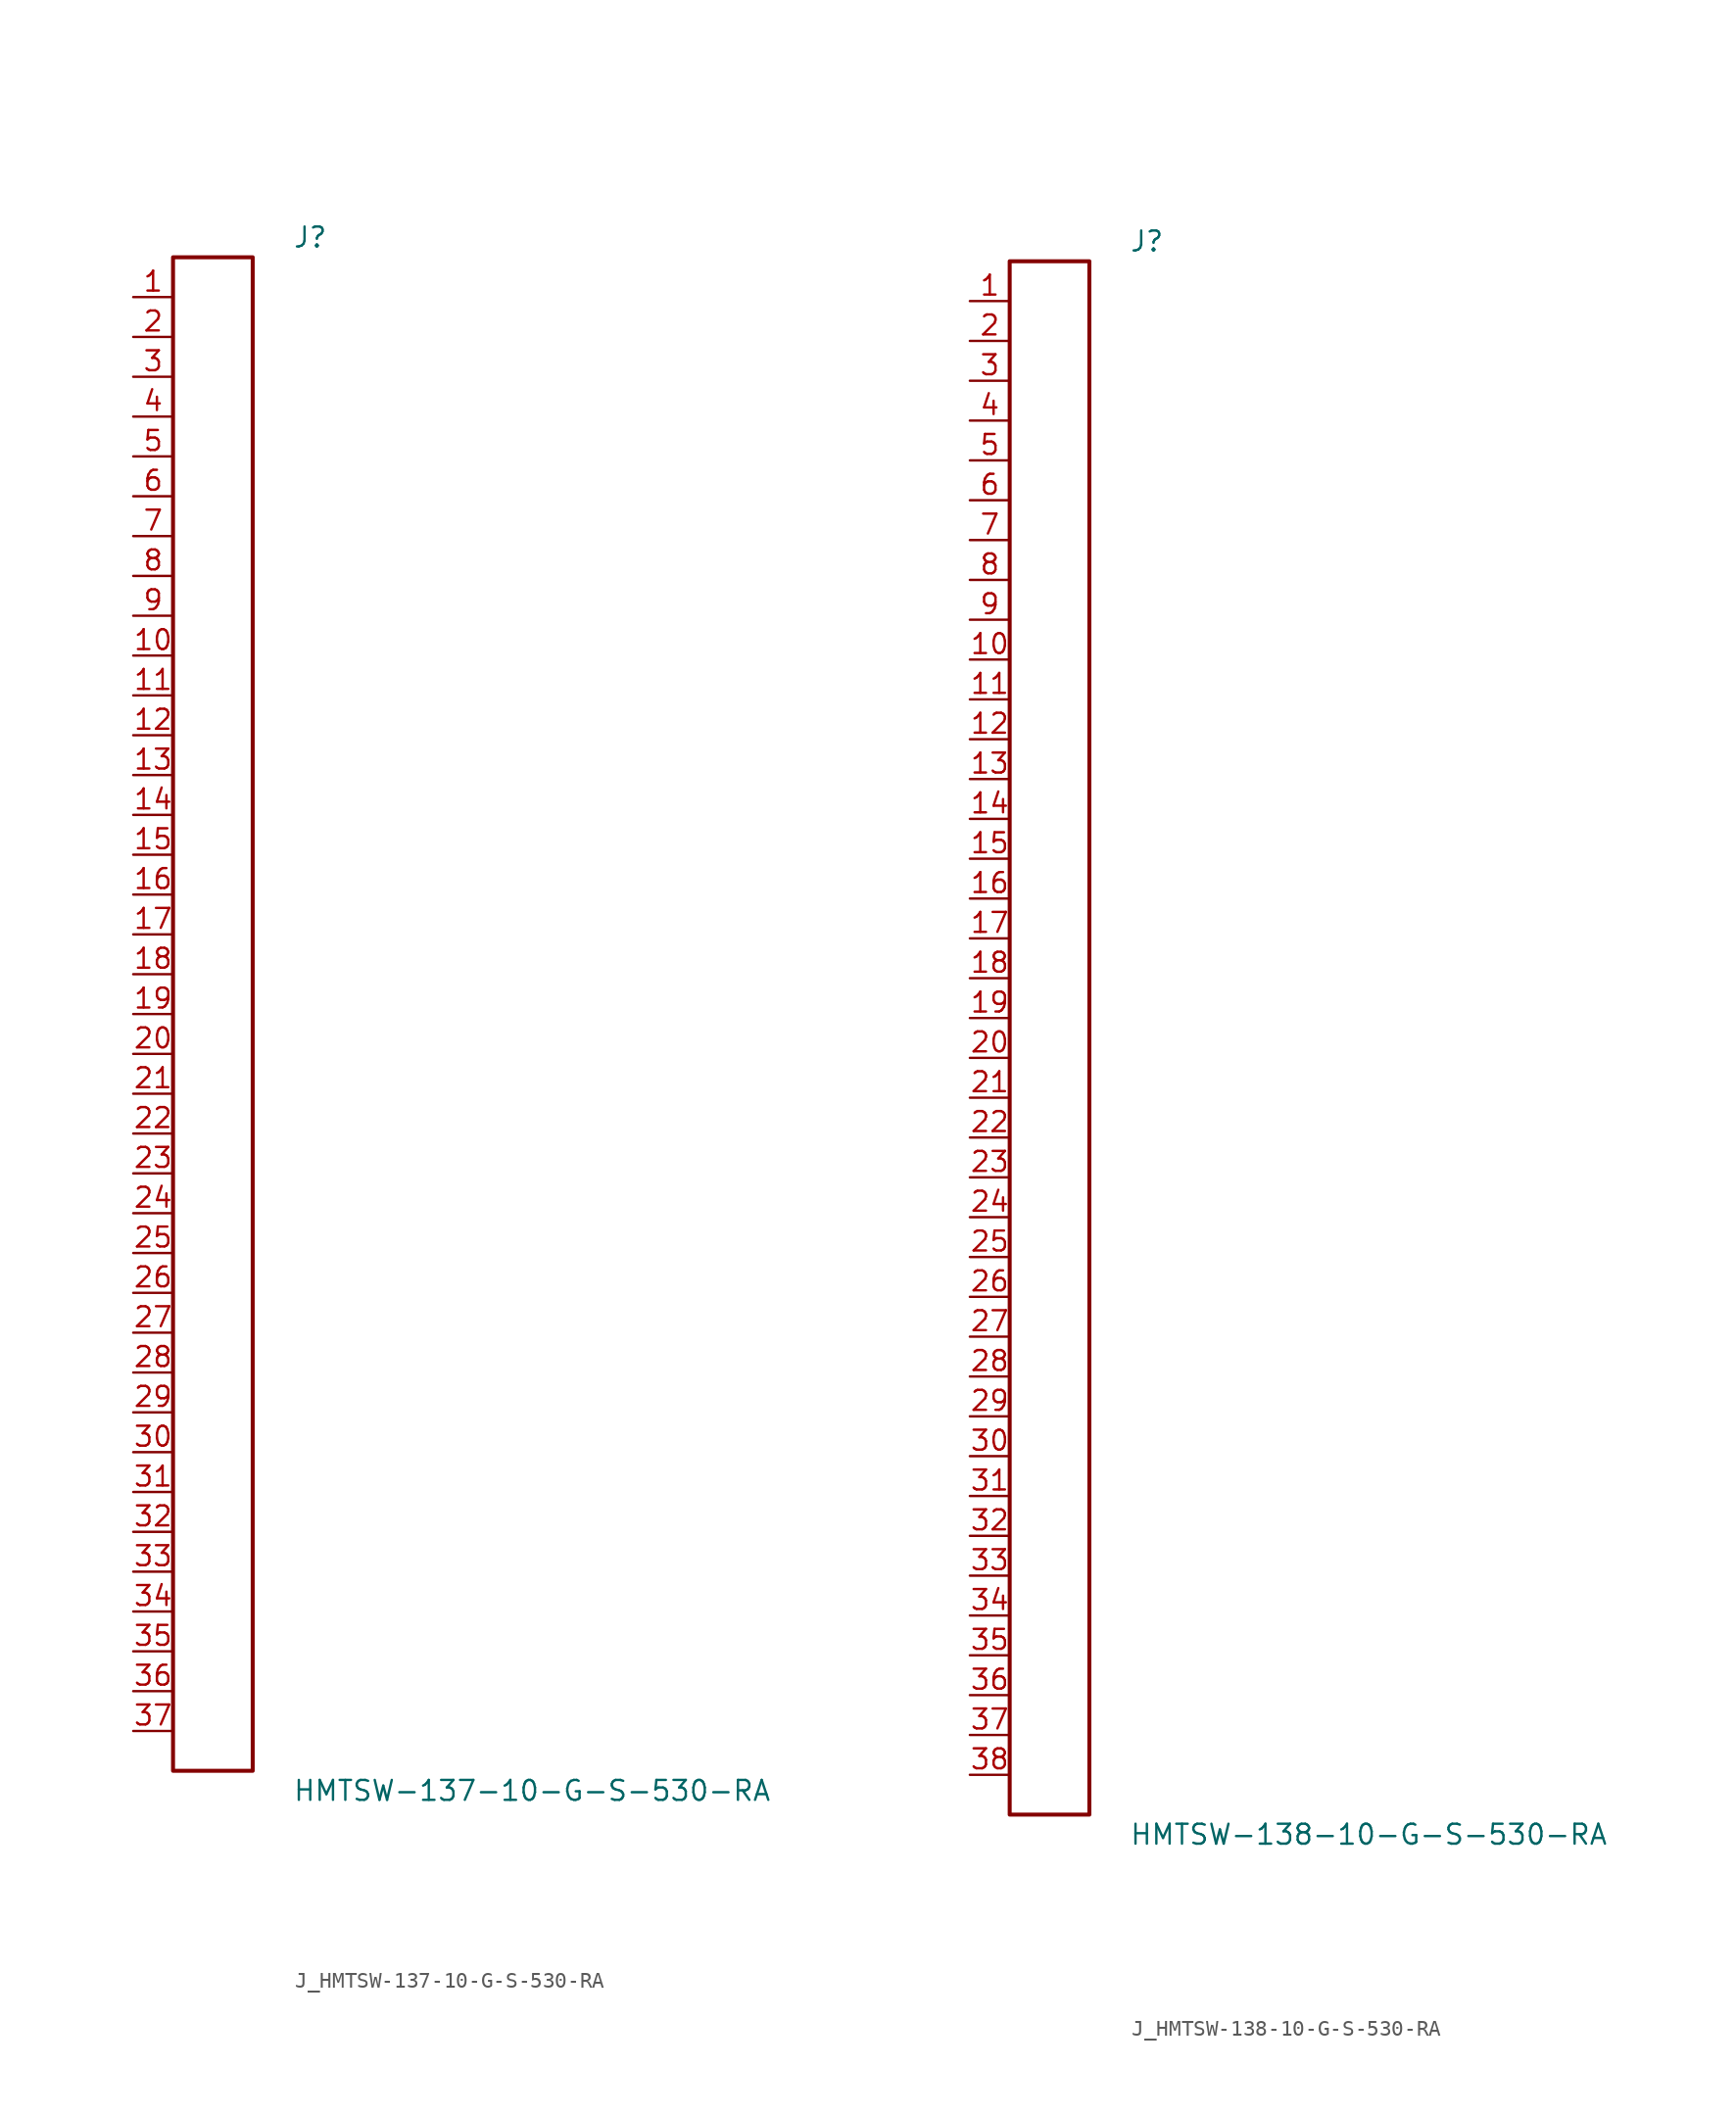
<source format=kicad_sym>
(kicad_symbol_lib
  (version 20231120)
  (generator kicad_symbol_editor)
  (generator_version 8.0)
  (symbol "J_HMTSW-137-10-G-S-530-RA"
    (pin_names
      (offset 0.254))
    (property "Reference" "J"
      (at 5.08 49.53 0)
      (effects (font (size 1.27 1.27)) (justify left)))
    (property "Value" "HMTSW-137-10-G-S-530-RA"
      (at 5.08 -49.53 0)
      (effects (font (size 1.27 1.27)) (justify left)))
    (symbol "J_HMTSW-137-10-G-S-530-RA_0_0"
      (pin unspecified line (at -5.08 45.72 0) (length 2.54) (name "" (effects (font (size 1.27 1.27)))) (number "1" (effects (font (size 1.27 1.27)))))
      (pin unspecified line (at -5.08 43.18 0) (length 2.54) (name "" (effects (font (size 1.27 1.27)))) (number "2" (effects (font (size 1.27 1.27)))))
      (pin unspecified line (at -5.08 40.64 0) (length 2.54) (name "" (effects (font (size 1.27 1.27)))) (number "3" (effects (font (size 1.27 1.27)))))
      (pin unspecified line (at -5.08 38.1 0) (length 2.54) (name "" (effects (font (size 1.27 1.27)))) (number "4" (effects (font (size 1.27 1.27)))))
      (pin unspecified line (at -5.08 35.56 0) (length 2.54) (name "" (effects (font (size 1.27 1.27)))) (number "5" (effects (font (size 1.27 1.27)))))
      (pin unspecified line (at -5.08 33.02 0) (length 2.54) (name "" (effects (font (size 1.27 1.27)))) (number "6" (effects (font (size 1.27 1.27)))))
      (pin unspecified line (at -5.08 30.48 0) (length 2.54) (name "" (effects (font (size 1.27 1.27)))) (number "7" (effects (font (size 1.27 1.27)))))
      (pin unspecified line (at -5.08 27.94 0) (length 2.54) (name "" (effects (font (size 1.27 1.27)))) (number "8" (effects (font (size 1.27 1.27)))))
      (pin unspecified line (at -5.08 25.4 0) (length 2.54) (name "" (effects (font (size 1.27 1.27)))) (number "9" (effects (font (size 1.27 1.27)))))
      (pin unspecified line (at -5.08 22.86 0) (length 2.54) (name "" (effects (font (size 1.27 1.27)))) (number "10" (effects (font (size 1.27 1.27)))))
      (pin unspecified line (at -5.08 20.32 0) (length 2.54) (name "" (effects (font (size 1.27 1.27)))) (number "11" (effects (font (size 1.27 1.27)))))
      (pin unspecified line (at -5.08 17.78 0) (length 2.54) (name "" (effects (font (size 1.27 1.27)))) (number "12" (effects (font (size 1.27 1.27)))))
      (pin unspecified line (at -5.08 15.24 0) (length 2.54) (name "" (effects (font (size 1.27 1.27)))) (number "13" (effects (font (size 1.27 1.27)))))
      (pin unspecified line (at -5.08 12.7 0) (length 2.54) (name "" (effects (font (size 1.27 1.27)))) (number "14" (effects (font (size 1.27 1.27)))))
      (pin unspecified line (at -5.08 10.16 0) (length 2.54) (name "" (effects (font (size 1.27 1.27)))) (number "15" (effects (font (size 1.27 1.27)))))
      (pin unspecified line (at -5.08 7.62 0) (length 2.54) (name "" (effects (font (size 1.27 1.27)))) (number "16" (effects (font (size 1.27 1.27)))))
      (pin unspecified line (at -5.08 5.08 0) (length 2.54) (name "" (effects (font (size 1.27 1.27)))) (number "17" (effects (font (size 1.27 1.27)))))
      (pin unspecified line (at -5.08 2.54 0) (length 2.54) (name "" (effects (font (size 1.27 1.27)))) (number "18" (effects (font (size 1.27 1.27)))))
      (pin unspecified line (at -5.08 0.0 0) (length 2.54) (name "" (effects (font (size 1.27 1.27)))) (number "19" (effects (font (size 1.27 1.27)))))
      (pin unspecified line (at -5.08 -2.54 0) (length 2.54) (name "" (effects (font (size 1.27 1.27)))) (number "20" (effects (font (size 1.27 1.27)))))
      (pin unspecified line (at -5.08 -5.08 0) (length 2.54) (name "" (effects (font (size 1.27 1.27)))) (number "21" (effects (font (size 1.27 1.27)))))
      (pin unspecified line (at -5.08 -7.62 0) (length 2.54) (name "" (effects (font (size 1.27 1.27)))) (number "22" (effects (font (size 1.27 1.27)))))
      (pin unspecified line (at -5.08 -10.16 0) (length 2.54) (name "" (effects (font (size 1.27 1.27)))) (number "23" (effects (font (size 1.27 1.27)))))
      (pin unspecified line (at -5.08 -12.7 0) (length 2.54) (name "" (effects (font (size 1.27 1.27)))) (number "24" (effects (font (size 1.27 1.27)))))
      (pin unspecified line (at -5.08 -15.24 0) (length 2.54) (name "" (effects (font (size 1.27 1.27)))) (number "25" (effects (font (size 1.27 1.27)))))
      (pin unspecified line (at -5.08 -17.78 0) (length 2.54) (name "" (effects (font (size 1.27 1.27)))) (number "26" (effects (font (size 1.27 1.27)))))
      (pin unspecified line (at -5.08 -20.32 0) (length 2.54) (name "" (effects (font (size 1.27 1.27)))) (number "27" (effects (font (size 1.27 1.27)))))
      (pin unspecified line (at -5.08 -22.86 0) (length 2.54) (name "" (effects (font (size 1.27 1.27)))) (number "28" (effects (font (size 1.27 1.27)))))
      (pin unspecified line (at -5.08 -25.4 0) (length 2.54) (name "" (effects (font (size 1.27 1.27)))) (number "29" (effects (font (size 1.27 1.27)))))
      (pin unspecified line (at -5.08 -27.94 0) (length 2.54) (name "" (effects (font (size 1.27 1.27)))) (number "30" (effects (font (size 1.27 1.27)))))
      (pin unspecified line (at -5.08 -30.48 0) (length 2.54) (name "" (effects (font (size 1.27 1.27)))) (number "31" (effects (font (size 1.27 1.27)))))
      (pin unspecified line (at -5.08 -33.02 0) (length 2.54) (name "" (effects (font (size 1.27 1.27)))) (number "32" (effects (font (size 1.27 1.27)))))
      (pin unspecified line (at -5.08 -35.56 0) (length 2.54) (name "" (effects (font (size 1.27 1.27)))) (number "33" (effects (font (size 1.27 1.27)))))
      (pin unspecified line (at -5.08 -38.1 0) (length 2.54) (name "" (effects (font (size 1.27 1.27)))) (number "34" (effects (font (size 1.27 1.27)))))
      (pin unspecified line (at -5.08 -40.64 0) (length 2.54) (name "" (effects (font (size 1.27 1.27)))) (number "35" (effects (font (size 1.27 1.27)))))
      (pin unspecified line (at -5.08 -43.18 0) (length 2.54) (name "" (effects (font (size 1.27 1.27)))) (number "36" (effects (font (size 1.27 1.27)))))
      (pin unspecified line (at -5.08 -45.72 0) (length 2.54) (name "" (effects (font (size 1.27 1.27)))) (number "37" (effects (font (size 1.27 1.27))))))
    (symbol "J_HMTSW-137-10-G-S-530-RA_1_0"
      (rectangle (start -2.54 48.26) (end 2.54 -48.26) (stroke (width 0.254) (type solid)) (fill (type none)))))
  (symbol "J_HMTSW-138-10-G-S-530-RA"
    (pin_names
      (offset 0.254))
    (property "Reference" "J"
      (at 5.08 50.8 0)
      (effects (font (size 1.27 1.27)) (justify left)))
    (property "Value" "HMTSW-138-10-G-S-530-RA"
      (at 5.08 -50.8 0)
      (effects (font (size 1.27 1.27)) (justify left)))
    (symbol "J_HMTSW-138-10-G-S-530-RA_0_0"
      (pin unspecified line (at -5.08 46.99 0) (length 2.54) (name "" (effects (font (size 1.27 1.27)))) (number "1" (effects (font (size 1.27 1.27)))))
      (pin unspecified line (at -5.08 44.45 0) (length 2.54) (name "" (effects (font (size 1.27 1.27)))) (number "2" (effects (font (size 1.27 1.27)))))
      (pin unspecified line (at -5.08 41.91 0) (length 2.54) (name "" (effects (font (size 1.27 1.27)))) (number "3" (effects (font (size 1.27 1.27)))))
      (pin unspecified line (at -5.08 39.37 0) (length 2.54) (name "" (effects (font (size 1.27 1.27)))) (number "4" (effects (font (size 1.27 1.27)))))
      (pin unspecified line (at -5.08 36.83 0) (length 2.54) (name "" (effects (font (size 1.27 1.27)))) (number "5" (effects (font (size 1.27 1.27)))))
      (pin unspecified line (at -5.08 34.29 0) (length 2.54) (name "" (effects (font (size 1.27 1.27)))) (number "6" (effects (font (size 1.27 1.27)))))
      (pin unspecified line (at -5.08 31.75 0) (length 2.54) (name "" (effects (font (size 1.27 1.27)))) (number "7" (effects (font (size 1.27 1.27)))))
      (pin unspecified line (at -5.08 29.21 0) (length 2.54) (name "" (effects (font (size 1.27 1.27)))) (number "8" (effects (font (size 1.27 1.27)))))
      (pin unspecified line (at -5.08 26.67 0) (length 2.54) (name "" (effects (font (size 1.27 1.27)))) (number "9" (effects (font (size 1.27 1.27)))))
      (pin unspecified line (at -5.08 24.13 0) (length 2.54) (name "" (effects (font (size 1.27 1.27)))) (number "10" (effects (font (size 1.27 1.27)))))
      (pin unspecified line (at -5.08 21.59 0) (length 2.54) (name "" (effects (font (size 1.27 1.27)))) (number "11" (effects (font (size 1.27 1.27)))))
      (pin unspecified line (at -5.08 19.05 0) (length 2.54) (name "" (effects (font (size 1.27 1.27)))) (number "12" (effects (font (size 1.27 1.27)))))
      (pin unspecified line (at -5.08 16.51 0) (length 2.54) (name "" (effects (font (size 1.27 1.27)))) (number "13" (effects (font (size 1.27 1.27)))))
      (pin unspecified line (at -5.08 13.97 0) (length 2.54) (name "" (effects (font (size 1.27 1.27)))) (number "14" (effects (font (size 1.27 1.27)))))
      (pin unspecified line (at -5.08 11.43 0) (length 2.54) (name "" (effects (font (size 1.27 1.27)))) (number "15" (effects (font (size 1.27 1.27)))))
      (pin unspecified line (at -5.08 8.89 0) (length 2.54) (name "" (effects (font (size 1.27 1.27)))) (number "16" (effects (font (size 1.27 1.27)))))
      (pin unspecified line (at -5.08 6.35 0) (length 2.54) (name "" (effects (font (size 1.27 1.27)))) (number "17" (effects (font (size 1.27 1.27)))))
      (pin unspecified line (at -5.08 3.81 0) (length 2.54) (name "" (effects (font (size 1.27 1.27)))) (number "18" (effects (font (size 1.27 1.27)))))
      (pin unspecified line (at -5.08 1.27 0) (length 2.54) (name "" (effects (font (size 1.27 1.27)))) (number "19" (effects (font (size 1.27 1.27)))))
      (pin unspecified line (at -5.08 -1.27 0) (length 2.54) (name "" (effects (font (size 1.27 1.27)))) (number "20" (effects (font (size 1.27 1.27)))))
      (pin unspecified line (at -5.08 -3.81 0) (length 2.54) (name "" (effects (font (size 1.27 1.27)))) (number "21" (effects (font (size 1.27 1.27)))))
      (pin unspecified line (at -5.08 -6.35 0) (length 2.54) (name "" (effects (font (size 1.27 1.27)))) (number "22" (effects (font (size 1.27 1.27)))))
      (pin unspecified line (at -5.08 -8.89 0) (length 2.54) (name "" (effects (font (size 1.27 1.27)))) (number "23" (effects (font (size 1.27 1.27)))))
      (pin unspecified line (at -5.08 -11.43 0) (length 2.54) (name "" (effects (font (size 1.27 1.27)))) (number "24" (effects (font (size 1.27 1.27)))))
      (pin unspecified line (at -5.08 -13.97 0) (length 2.54) (name "" (effects (font (size 1.27 1.27)))) (number "25" (effects (font (size 1.27 1.27)))))
      (pin unspecified line (at -5.08 -16.51 0) (length 2.54) (name "" (effects (font (size 1.27 1.27)))) (number "26" (effects (font (size 1.27 1.27)))))
      (pin unspecified line (at -5.08 -19.05 0) (length 2.54) (name "" (effects (font (size 1.27 1.27)))) (number "27" (effects (font (size 1.27 1.27)))))
      (pin unspecified line (at -5.08 -21.59 0) (length 2.54) (name "" (effects (font (size 1.27 1.27)))) (number "28" (effects (font (size 1.27 1.27)))))
      (pin unspecified line (at -5.08 -24.13 0) (length 2.54) (name "" (effects (font (size 1.27 1.27)))) (number "29" (effects (font (size 1.27 1.27)))))
      (pin unspecified line (at -5.08 -26.67 0) (length 2.54) (name "" (effects (font (size 1.27 1.27)))) (number "30" (effects (font (size 1.27 1.27)))))
      (pin unspecified line (at -5.08 -29.21 0) (length 2.54) (name "" (effects (font (size 1.27 1.27)))) (number "31" (effects (font (size 1.27 1.27)))))
      (pin unspecified line (at -5.08 -31.75 0) (length 2.54) (name "" (effects (font (size 1.27 1.27)))) (number "32" (effects (font (size 1.27 1.27)))))
      (pin unspecified line (at -5.08 -34.29 0) (length 2.54) (name "" (effects (font (size 1.27 1.27)))) (number "33" (effects (font (size 1.27 1.27)))))
      (pin unspecified line (at -5.08 -36.83 0) (length 2.54) (name "" (effects (font (size 1.27 1.27)))) (number "34" (effects (font (size 1.27 1.27)))))
      (pin unspecified line (at -5.08 -39.37 0) (length 2.54) (name "" (effects (font (size 1.27 1.27)))) (number "35" (effects (font (size 1.27 1.27)))))
      (pin unspecified line (at -5.08 -41.91 0) (length 2.54) (name "" (effects (font (size 1.27 1.27)))) (number "36" (effects (font (size 1.27 1.27)))))
      (pin unspecified line (at -5.08 -44.45 0) (length 2.54) (name "" (effects (font (size 1.27 1.27)))) (number "37" (effects (font (size 1.27 1.27)))))
      (pin unspecified line (at -5.08 -46.99 0) (length 2.54) (name "" (effects (font (size 1.27 1.27)))) (number "38" (effects (font (size 1.27 1.27))))))
    (symbol "J_HMTSW-138-10-G-S-530-RA_1_0"
      (rectangle (start -2.54 49.53) (end 2.54 -49.53) (stroke (width 0.254) (type solid)) (fill (type none))))))
</source>
